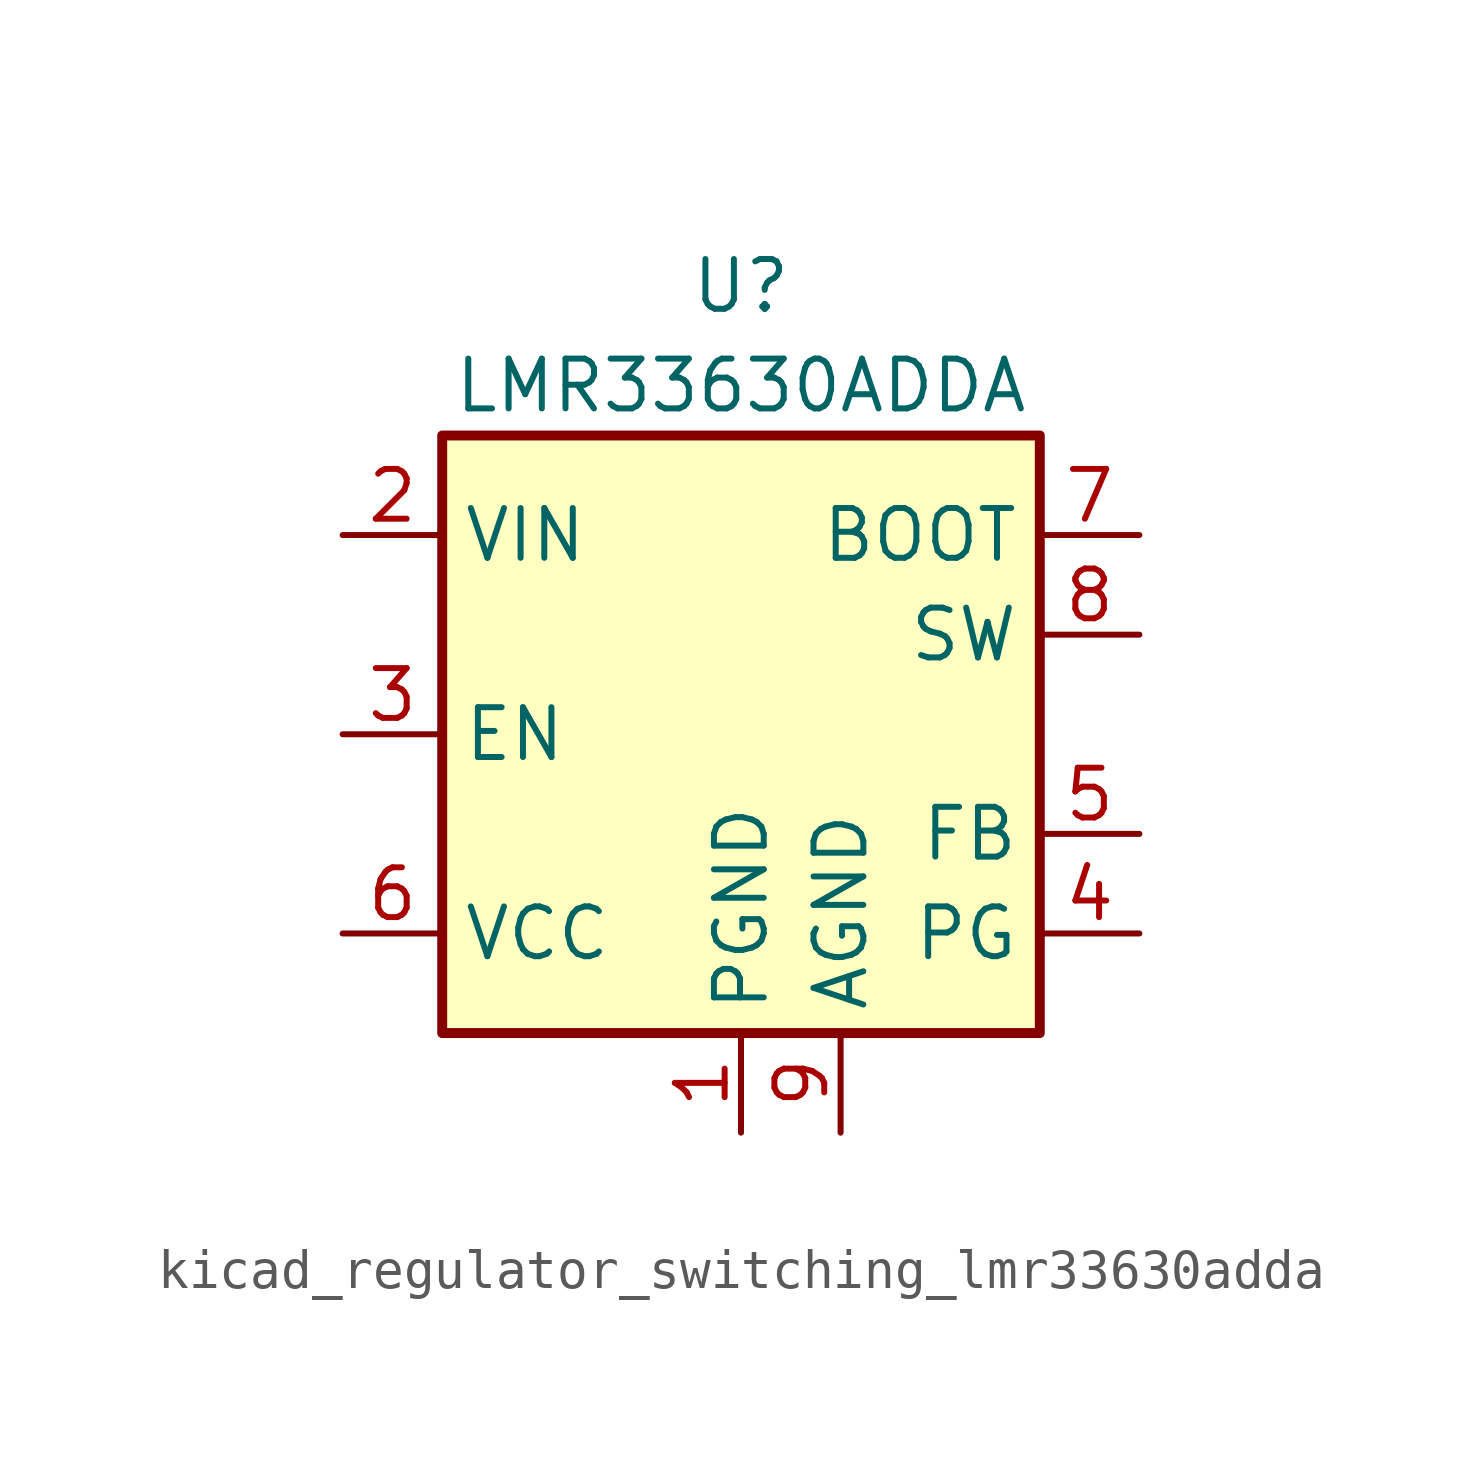
<source format=kicad_sym>
(kicad_symbol_lib
  (version 20220914)
  (generator kicad_symbol_editor)
  (symbol "kicad_regulator_switching_lmr33630adda"
    (property "Reference" "U"
      (at 0 11.43 0)
      (effects (font (size 1.27 1.27))))
    (property "Value" "LMR33630ADDA"
      (at 0 8.89 0)
      (effects (font (size 1.27 1.27))))
    (symbol "kicad_regulator_switching_lmr33630adda_0_1"
      (rectangle (start -7.62 7.62) (end 7.62 -7.62) (stroke (width 0.254) (type default)) (fill (type background))))
    (symbol "kicad_regulator_switching_lmr33630adda_1_1"
      (pin power_in line (at 0 -10.16 90) (length 2.54) (name "PGND" (effects (font (size 1.27 1.27)))) (number "1" (effects (font (size 1.27 1.27)))))
      (pin power_in line (at -10.16 5.08 0) (length 2.54) (name "VIN" (effects (font (size 1.27 1.27)))) (number "2" (effects (font (size 1.27 1.27)))))
      (pin input line (at -10.16 0 0) (length 2.54) (name "EN" (effects (font (size 1.27 1.27)))) (number "3" (effects (font (size 1.27 1.27)))))
      (pin open_collector line (at 10.16 -5.08 180) (length 2.54) (name "PG" (effects (font (size 1.27 1.27)))) (number "4" (effects (font (size 1.27 1.27)))))
      (pin input line (at 10.16 -2.54 180) (length 2.54) (name "FB" (effects (font (size 1.27 1.27)))) (number "5" (effects (font (size 1.27 1.27)))))
      (pin power_out line (at -10.16 -5.08 0) (length 2.54) (name "VCC" (effects (font (size 1.27 1.27)))) (number "6" (effects (font (size 1.27 1.27)))))
      (pin input line (at 10.16 5.08 180) (length 2.54) (name "BOOT" (effects (font (size 1.27 1.27)))) (number "7" (effects (font (size 1.27 1.27)))))
      (pin output line (at 10.16 2.54 180) (length 2.54) (name "SW" (effects (font (size 1.27 1.27)))) (number "8" (effects (font (size 1.27 1.27)))))
      (pin power_in line (at 2.54 -10.16 90) (length 2.54) (name "AGND" (effects (font (size 1.27 1.27)))) (number "9" (effects (font (size 1.27 1.27))))))))
</source>
